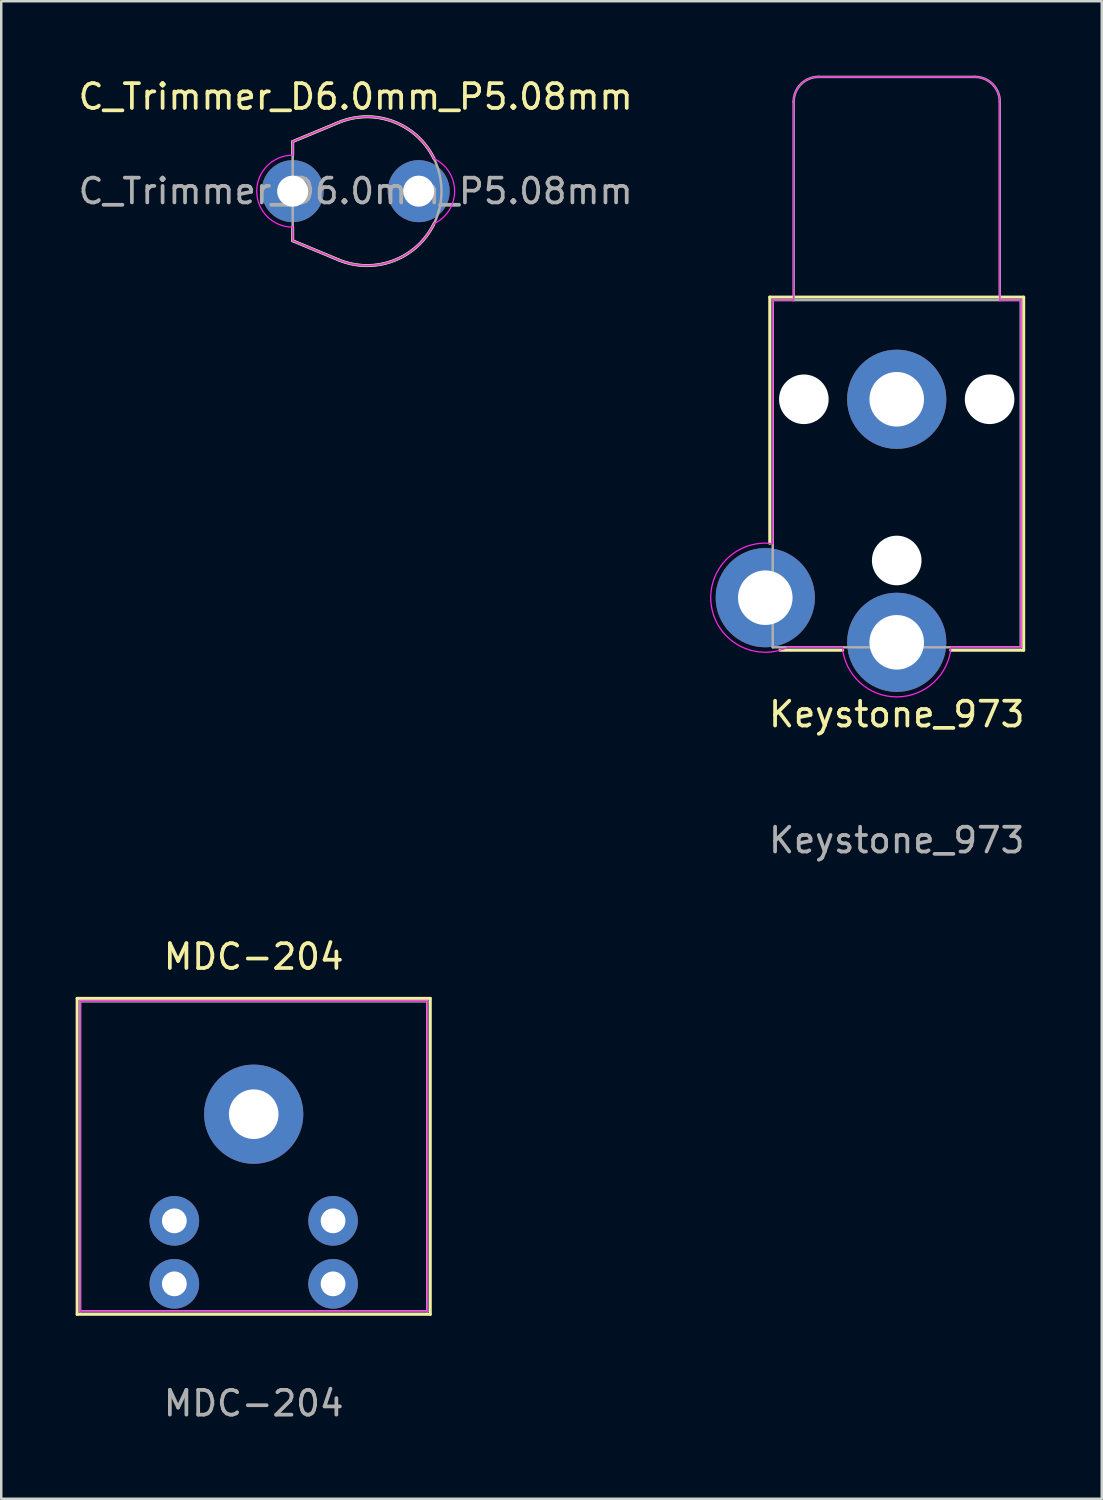
<source format=kicad_pcb>
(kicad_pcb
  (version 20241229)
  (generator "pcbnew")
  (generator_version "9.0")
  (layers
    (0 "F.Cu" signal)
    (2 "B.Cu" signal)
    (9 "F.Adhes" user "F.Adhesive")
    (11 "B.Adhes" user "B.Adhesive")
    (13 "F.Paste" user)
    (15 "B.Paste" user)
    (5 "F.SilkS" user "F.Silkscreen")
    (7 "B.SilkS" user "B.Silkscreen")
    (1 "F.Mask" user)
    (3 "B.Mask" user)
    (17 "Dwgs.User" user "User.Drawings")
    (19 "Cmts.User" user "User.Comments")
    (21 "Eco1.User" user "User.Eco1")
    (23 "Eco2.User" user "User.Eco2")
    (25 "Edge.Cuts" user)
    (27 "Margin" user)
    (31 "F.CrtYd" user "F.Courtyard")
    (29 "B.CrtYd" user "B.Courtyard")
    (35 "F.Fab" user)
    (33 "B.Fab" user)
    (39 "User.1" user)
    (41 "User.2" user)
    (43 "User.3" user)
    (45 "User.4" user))
  (footprint "Keystone_973"
    (layer "F.Cu")
    (at 33.108 13.05)
    (property "Reference" "Keystone_973" (at 0 12.7 0) (unlocked yes) (layer "F.SilkS") (effects (font (size 1 1) (thickness 0.15))))
    (attr through_hole)
    (fp_line (start -5.12 -4.12) (end -5.12 5.807) (stroke (width 0.12) (type solid)) (layer "F.SilkS"))
    (fp_line (start -4.712 10.12) (end -2.177 10.12) (stroke (width 0.12) (type solid)) (layer "F.SilkS"))
    (fp_line (start 2.177 10.12) (end 5.12 10.12) (stroke (width 0.12) (type solid)) (layer "F.SilkS"))
    (fp_line (start 5.12 -4.12) (end -5.12 -4.12) (stroke (width 0.12) (type solid)) (layer "F.SilkS"))
    (fp_line (start 5.12 10.12) (end 5.12 -4.12) (stroke (width 0.12) (type solid)) (layer "F.SilkS"))
    (fp_line (start -5 -4) (end -5 5.821) (stroke (width 0.05) (type solid)) (layer "F.CrtYd"))
    (fp_line (start -4.383 10) (end -2.191 10) (stroke (width 0.05) (type solid)) (layer "F.CrtYd"))
    (fp_line (start -4.155 -12) (end -4.155 -4) (stroke (width 0.05) (type solid)) (layer "F.CrtYd"))
    (fp_line (start -4.155 -4) (end -5 -4) (stroke (width 0.05) (type solid)) (layer "F.CrtYd"))
    (fp_line (start 2.191 10) (end 5 10) (stroke (width 0.05) (type solid)) (layer "F.CrtYd"))
    (fp_line (start 3.155 -13) (end -3.155 -13) (stroke (width 0.05) (type solid)) (layer "F.CrtYd"))
    (fp_line (start 4.155 -4) (end 4.155 -12) (stroke (width 0.05) (type solid)) (layer "F.CrtYd"))
    (fp_line (start 5 -4) (end 4.155 -4) (stroke (width 0.05) (type solid)) (layer "F.CrtYd"))
    (fp_line (start 5 10) (end 5 -4) (stroke (width 0.05) (type solid)) (layer "F.CrtYd"))
    (fp_arc (start -4.383485 10) (mid -7.476448 8.32105) (end -5 5.820551) (stroke (width 0.05) (type solid)) (layer "F.CrtYd"))
    (fp_arc (start -4.155 -12) (mid -3.862107 -12.707107) (end -3.155 -13) (stroke (width 0.05) (type solid)) (layer "F.CrtYd"))
    (fp_arc (start 2.19089 10) (mid 0 12) (end -2.19089 10) (stroke (width 0.05) (type solid)) (layer "F.CrtYd"))
    (fp_arc (start 3.155 -13) (mid 3.862107 -12.707107) (end 4.155 -12) (stroke (width 0.05) (type solid)) (layer "F.CrtYd"))
    (fp_line (start -5 -4) (end -5 10) (stroke (width 0.1) (type solid)) (layer "F.Fab"))
    (fp_line (start -5 10) (end 5 10) (stroke (width 0.1) (type solid)) (layer "F.Fab"))
    (fp_line (start -4.155 -12) (end -4.155 -4) (stroke (width 0.1) (type solid)) (layer "F.Fab"))
    (fp_line (start 3.155 -13) (end -3.155 -13) (stroke (width 0.1) (type solid)) (layer "F.Fab"))
    (fp_line (start 4.155 -4) (end 4.155 -12) (stroke (width 0.1) (type solid)) (layer "F.Fab"))
    (fp_line (start 5 -4) (end -5 -4) (stroke (width 0.1) (type solid)) (layer "F.Fab"))
    (fp_line (start 5 10) (end 5 -4) (stroke (width 0.1) (type solid)) (layer "F.Fab"))
    (fp_arc (start -4.155 -12) (mid -3.862107 -12.707107) (end -3.155 -13) (stroke (width 0.1) (type solid)) (layer "F.Fab"))
    (fp_arc (start 3.155 -13) (mid 3.862107 -12.707107) (end 4.155 -12) (stroke (width 0.1) (type solid)) (layer "F.Fab"))
    (fp_text user "${REFERENCE}" (at 0 17.78 0) (unlocked yes) (layer "F.Fab") (effects (font (size 1 1) (thickness 0.15))))
    (pad "" np_thru_hole circle (at -3.745 0) (size 2 2) (drill 2) (layers "*.Cu" "*.Mask"))
    (pad "" np_thru_hole circle (at 0 6.5) (size 2 2) (drill 2) (layers "*.Cu" "*.Mask"))
    (pad "" np_thru_hole circle (at 3.745 0) (size 2 2) (drill 2) (layers "*.Cu" "*.Mask"))
    (pad "1" thru_hole circle (at 0 9.8) (size 4 4) (drill 2.2) (layers "*.Cu" "*.Mask"))
    (pad "2" thru_hole circle (at 0 0) (size 4 4) (drill 2.2) (layers "*.Cu" "*.Mask"))
    (pad "3" thru_hole circle (at -5.3 8) (size 4 4) (drill 2.2) (layers "*.Cu" "*.Mask")))
  (footprint "C_Trimmer_D6.0mm_P5.08mm"
    (layer "F.Cu")
    (at 8.752 4.658)
    (property "Reference" "C_Trimmer_D6.0mm_P5.08mm" (at 2.54 -3.81 0) (layer "F.SilkS") (effects (font (size 1 1) (thickness 0.15))))
    (attr through_hole)
    (fp_line (start 0 -2) (end 0 -1.45) (stroke (width 0.12) (type solid)) (layer "F.SilkS"))
    (fp_line (start 0 2) (end 0 1.45) (stroke (width 0.12) (type solid)) (layer "F.SilkS"))
    (fp_line (start 1.846 -2.769) (end 0 -2) (stroke (width 0.12) (type solid)) (layer "F.SilkS"))
    (fp_line (start 1.846 2.769) (end 0 2) (stroke (width 0.12) (type solid)) (layer "F.SilkS"))
    (fp_arc (start 1.846154 -2.769231) (mid 4.061723 -2.805841) (end 5.698053 -1.311682) (stroke (width 0.12) (type solid)) (layer "F.SilkS"))
    (fp_arc (start 5.698053 1.311682) (mid 4.061723 2.805841) (end 1.846154 2.769231) (stroke (width 0.12) (type solid)) (layer "F.SilkS"))
    (fp_line (start 0 -2) (end 1.846 -2.769) (stroke (width 0.05) (type solid)) (layer "F.CrtYd"))
    (fp_line (start 0 -1.45) (end 0 -2) (stroke (width 0.05) (type solid)) (layer "F.CrtYd"))
    (fp_line (start 0 2) (end 0 1.45) (stroke (width 0.05) (type solid)) (layer "F.CrtYd"))
    (fp_line (start 1.846 2.769) (end 0 2) (stroke (width 0.05) (type solid)) (layer "F.CrtYd"))
    (fp_arc (start 0 1.45) (mid -1.45 0) (end 0 -1.45) (stroke (width 0.05) (type solid)) (layer "F.CrtYd"))
    (fp_arc (start 1.846154 -2.769231) (mid 4.061723 -2.805841) (end 5.698053 -1.311682) (stroke (width 0.05) (type solid)) (layer "F.CrtYd"))
    (fp_arc (start 5.698053 -1.311682) (mid 6.53 0) (end 5.698053 1.311682) (stroke (width 0.05) (type solid)) (layer "F.CrtYd"))
    (fp_arc (start 5.698053 1.311682) (mid 4.061723 2.805841) (end 1.846154 2.769231) (stroke (width 0.05) (type solid)) (layer "F.CrtYd"))
    (fp_line (start 0 -2) (end 1.846 -2.769) (stroke (width 0.1) (type solid)) (layer "F.Fab"))
    (fp_line (start 0 2) (end 0 -2) (stroke (width 0.1) (type solid)) (layer "F.Fab"))
    (fp_line (start 1.846 2.769) (end 0 2) (stroke (width 0.1) (type solid)) (layer "F.Fab"))
    (fp_arc (start 1.846154 -2.769231) (mid 6 0) (end 1.846154 2.769231) (stroke (width 0.1) (type solid)) (layer "F.Fab"))
    (fp_text user "${REFERENCE}" (at 2.54 0 0) (layer "F.Fab") (effects (font (size 1 1) (thickness 0.15))))
    (pad "1" thru_hole circle (at 0 0) (size 2.5 2.5) (drill 1.25) (layers "*.Cu" "*.Mask"))
    (pad "2" thru_hole circle (at 5.08 0) (size 2.5 2.5) (drill 1.25) (layers "*.Cu" "*.Mask")))
  (footprint "MDC-204"
    (layer "F.Cu")
    (at 7.18 41.877)
    (property "Reference" "MDC-204" (at 0 -6.35 0) (unlocked yes) (layer "F.SilkS") (effects (font (size 1 1) (thickness 0.15))))
    (attr through_hole)
    (fp_line (start -7.12 -4.67) (end 7.12 -4.67) (stroke (width 0.12) (type solid)) (layer "F.SilkS"))
    (fp_line (start -7.12 8.07) (end -7.12 -4.67) (stroke (width 0.12) (type solid)) (layer "F.SilkS"))
    (fp_line (start 7.12 -4.67) (end 7.12 8.07) (stroke (width 0.12) (type solid)) (layer "F.SilkS"))
    (fp_line (start 7.12 8.07) (end -7.12 8.07) (stroke (width 0.12) (type solid)) (layer "F.SilkS"))
    (fp_line (start -7 -4.55) (end 7 -4.55) (stroke (width 0.05) (type solid)) (layer "F.CrtYd"))
    (fp_line (start -7 7.95) (end -7 -4.55) (stroke (width 0.05) (type solid)) (layer "F.CrtYd"))
    (fp_line (start 7 -4.55) (end 7 7.95) (stroke (width 0.05) (type solid)) (layer "F.CrtYd"))
    (fp_line (start 7 7.95) (end -7 7.95) (stroke (width 0.05) (type solid)) (layer "F.CrtYd"))
    (fp_line (start -7 -4.55) (end 7 -4.55) (stroke (width 0.1) (type solid)) (layer "F.Fab"))
    (fp_line (start -7 7.95) (end -7 -4.55) (stroke (width 0.1) (type solid)) (layer "F.Fab"))
    (fp_line (start 7 -4.55) (end 7 7.95) (stroke (width 0.1) (type solid)) (layer "F.Fab"))
    (fp_line (start 7 7.95) (end -7 7.95) (stroke (width 0.1) (type solid)) (layer "F.Fab"))
    (fp_text user "${REFERENCE}" (at 0 11.66 0) (unlocked yes) (layer "F.Fab") (effects (font (size 1 1) (thickness 0.15))))
    (pad "1" thru_hole circle (at -3.2 4.3) (size 2 2) (drill 1) (layers "*.Cu" "*.Mask"))
    (pad "2" thru_hole circle (at 3.2 4.3) (size 2 2) (drill 1) (layers "*.Cu" "*.Mask"))
    (pad "3" thru_hole circle (at -3.2 6.84) (size 2 2) (drill 1) (layers "*.Cu" "*.Mask"))
    (pad "4" thru_hole circle (at 3.2 6.84) (size 2 2) (drill 1) (layers "*.Cu" "*.Mask"))
    (pad "S" thru_hole circle (at 0 0) (size 4 4) (drill 2) (layers "*.Cu" "*.Mask")))
  (gr_rect
    (start -3 -3)
    (end 41.376 57.385)
    (stroke (width 0.1) (type default))
    (fill no)
    (layer "Edge.Cuts")))
</source>
